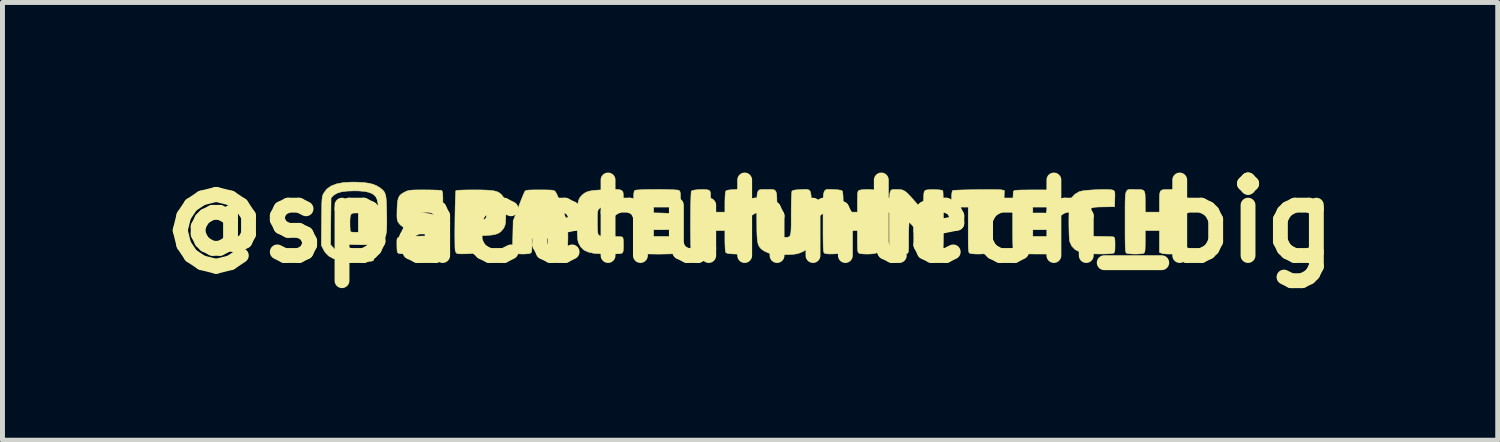
<source format=kicad_pcb>
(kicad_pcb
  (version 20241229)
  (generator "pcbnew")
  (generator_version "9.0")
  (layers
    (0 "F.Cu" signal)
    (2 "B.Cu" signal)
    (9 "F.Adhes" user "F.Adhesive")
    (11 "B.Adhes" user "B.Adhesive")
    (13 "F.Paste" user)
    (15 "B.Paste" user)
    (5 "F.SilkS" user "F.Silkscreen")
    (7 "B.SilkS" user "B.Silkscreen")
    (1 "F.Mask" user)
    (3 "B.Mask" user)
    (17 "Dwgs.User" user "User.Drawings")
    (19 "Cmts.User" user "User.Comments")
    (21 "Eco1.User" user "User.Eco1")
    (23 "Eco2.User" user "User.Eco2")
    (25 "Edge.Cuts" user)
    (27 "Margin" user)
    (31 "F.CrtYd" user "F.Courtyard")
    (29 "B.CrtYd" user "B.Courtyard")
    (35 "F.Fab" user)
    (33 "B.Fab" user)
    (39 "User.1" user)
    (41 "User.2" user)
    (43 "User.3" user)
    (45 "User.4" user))
  (footprint "@spacehuhntech_big"
    (layer "F.Cu")
    (at 12.09 1.418)
    (property "Reference" "@spacehuhntech_big" (at 0 0 0) (layer "F.SilkS") (effects (font (size 1.524 1.524) (thickness 0.3))))
    (attr through_hole)
    (fp_poly (pts (xy 4.947 -0.641) (xy 5.017 -0.639) (xy 5.064 -0.637) (xy 5.076 -0.635) (xy 5.132 -0.625) (xy 5.127 -0.461) (xy 5.122 -0.296) (xy 4.966 -0.291) (xy 4.809 -0.287) (xy 4.809 0.169) (xy 4.809 0.306) (xy 4.808 0.412) (xy 4.807 0.492) (xy 4.805 0.55) (xy 4.802 0.59) (xy 4.797 0.616) (xy 4.79 0.631) (xy 4.782 0.64) (xy 4.776 0.643) (xy 4.742 0.652) (xy 4.684 0.657) (xy 4.615 0.659) (xy 4.544 0.658) (xy 4.482 0.653) (xy 4.44 0.645) (xy 4.432 0.642) (xy 4.423 0.635) (xy 4.416 0.621) (xy 4.411 0.597) (xy 4.408 0.559) (xy 4.405 0.504) (xy 4.404 0.427) (xy 4.403 0.324) (xy 4.403 0.192) (xy 4.403 0.168) (xy 4.403 -0.288) (xy 4.251 -0.288) (xy 4.178 -0.289) (xy 4.131 -0.292) (xy 4.103 -0.299) (xy 4.087 -0.312) (xy 4.08 -0.324) (xy 4.072 -0.357) (xy 4.067 -0.411) (xy 4.067 -0.474) (xy 4.07 -0.537) (xy 4.076 -0.589) (xy 4.085 -0.619) (xy 4.087 -0.621) (xy 4.107 -0.625) (xy 4.155 -0.629) (xy 4.227 -0.632) (xy 4.318 -0.635) (xy 4.421 -0.637) (xy 4.531 -0.639) (xy 4.645 -0.641) (xy 4.755 -0.642) (xy 4.858 -0.642) (xy 4.947 -0.641)) (stroke (width 0.01) (type solid)) (fill yes) (layer "F.SilkS"))
    (fp_poly (pts (xy 1.65 -0.643) (xy 1.696 -0.641) (xy 1.777 -0.636) (xy 1.829 -0.628) (xy 1.857 -0.616) (xy 1.863 -0.61) (xy 1.869 -0.583) (xy 1.875 -0.531) (xy 1.878 -0.46) (xy 1.879 -0.385) (xy 1.88 -0.186) (xy 2.167 -0.186) (xy 2.167 -0.397) (xy 2.168 -0.486) (xy 2.17 -0.547) (xy 2.174 -0.586) (xy 2.181 -0.609) (xy 2.193 -0.621) (xy 2.2 -0.626) (xy 2.237 -0.635) (xy 2.296 -0.641) (xy 2.366 -0.643) (xy 2.437 -0.641) (xy 2.497 -0.635) (xy 2.53 -0.627) (xy 2.574 -0.61) (xy 2.574 0.627) (xy 2.53 0.644) (xy 2.487 0.653) (xy 2.424 0.658) (xy 2.353 0.66) (xy 2.283 0.657) (xy 2.228 0.651) (xy 2.2 0.643) (xy 2.187 0.633) (xy 2.178 0.616) (xy 2.172 0.586) (xy 2.169 0.538) (xy 2.168 0.466) (xy 2.167 0.406) (xy 2.167 0.186) (xy 1.88 0.186) (xy 1.879 0.394) (xy 1.878 0.476) (xy 1.874 0.547) (xy 1.869 0.6) (xy 1.863 0.626) (xy 1.863 0.627) (xy 1.839 0.639) (xy 1.791 0.649) (xy 1.727 0.655) (xy 1.657 0.658) (xy 1.59 0.658) (xy 1.535 0.652) (xy 1.503 0.643) (xy 1.495 0.636) (xy 1.489 0.624) (xy 1.484 0.603) (xy 1.48 0.57) (xy 1.477 0.522) (xy 1.475 0.455) (xy 1.474 0.366) (xy 1.473 0.252) (xy 1.473 0.109) (xy 1.473 0.008) (xy 1.473 -0.159) (xy 1.473 -0.295) (xy 1.474 -0.404) (xy 1.477 -0.488) (xy 1.483 -0.55) (xy 1.494 -0.594) (xy 1.51 -0.623) (xy 1.533 -0.639) (xy 1.563 -0.645) (xy 1.602 -0.646) (xy 1.65 -0.643)) (stroke (width 0.01) (type solid)) (fill yes) (layer "F.SilkS"))
    (fp_poly (pts (xy 7.23 -0.641) (xy 7.292 -0.637) (xy 7.328 -0.629) (xy 7.329 -0.628) (xy 7.347 -0.616) (xy 7.358 -0.599) (xy 7.363 -0.57) (xy 7.364 -0.52) (xy 7.362 -0.452) (xy 7.358 -0.296) (xy 7.129 -0.292) (xy 7.027 -0.29) (xy 6.952 -0.285) (xy 6.9 -0.272) (xy 6.868 -0.248) (xy 6.85 -0.206) (xy 6.843 -0.143) (xy 6.841 -0.053) (xy 6.841 0.018) (xy 6.842 0.116) (xy 6.844 0.185) (xy 6.849 0.232) (xy 6.857 0.261) (xy 6.868 0.278) (xy 6.868 0.278) (xy 6.886 0.29) (xy 6.917 0.298) (xy 6.967 0.302) (xy 7.042 0.304) (xy 7.103 0.305) (xy 7.186 0.306) (xy 7.258 0.308) (xy 7.312 0.311) (xy 7.339 0.315) (xy 7.339 0.315) (xy 7.353 0.327) (xy 7.361 0.353) (xy 7.365 0.4) (xy 7.366 0.475) (xy 7.366 0.475) (xy 7.365 0.549) (xy 7.362 0.596) (xy 7.354 0.623) (xy 7.341 0.638) (xy 7.333 0.643) (xy 7.303 0.649) (xy 7.247 0.654) (xy 7.172 0.657) (xy 7.084 0.658) (xy 6.992 0.657) (xy 6.903 0.654) (xy 6.824 0.649) (xy 6.773 0.644) (xy 6.653 0.616) (xy 6.56 0.569) (xy 6.494 0.501) (xy 6.453 0.412) (xy 6.452 0.41) (xy 6.446 0.369) (xy 6.441 0.302) (xy 6.438 0.214) (xy 6.436 0.113) (xy 6.435 0.005) (xy 6.436 -0.103) (xy 6.438 -0.204) (xy 6.442 -0.291) (xy 6.447 -0.357) (xy 6.453 -0.394) (xy 6.492 -0.478) (xy 6.558 -0.548) (xy 6.64 -0.597) (xy 6.651 -0.601) (xy 6.7 -0.613) (xy 6.771 -0.623) (xy 6.859 -0.631) (xy 6.956 -0.637) (xy 7.055 -0.641) (xy 7.148 -0.643) (xy 7.23 -0.641)) (stroke (width 0.01) (type solid)) (fill yes) (layer "F.SilkS"))
    (fp_poly (pts (xy -2.641 -0.64) (xy -2.599 -0.628) (xy -2.574 -0.607) (xy -2.562 -0.575) (xy -2.559 -0.528) (xy -2.56 -0.465) (xy -2.561 -0.452) (xy -2.565 -0.296) (xy -2.793 -0.292) (xy -2.897 -0.289) (xy -2.973 -0.285) (xy -3.024 -0.273) (xy -3.056 -0.249) (xy -3.074 -0.208) (xy -3.081 -0.146) (xy -3.082 -0.057) (xy -3.082 0.01) (xy -3.081 0.109) (xy -3.079 0.181) (xy -3.074 0.229) (xy -3.067 0.259) (xy -3.057 0.277) (xy -3.055 0.278) (xy -3.037 0.29) (xy -3.006 0.298) (xy -2.956 0.302) (xy -2.881 0.304) (xy -2.82 0.305) (xy -2.737 0.306) (xy -2.665 0.308) (xy -2.611 0.311) (xy -2.584 0.315) (xy -2.584 0.315) (xy -2.57 0.327) (xy -2.562 0.353) (xy -2.558 0.4) (xy -2.557 0.475) (xy -2.557 0.475) (xy -2.558 0.549) (xy -2.561 0.596) (xy -2.569 0.623) (xy -2.582 0.638) (xy -2.59 0.643) (xy -2.62 0.65) (xy -2.677 0.654) (xy -2.753 0.657) (xy -2.842 0.658) (xy -2.935 0.657) (xy -3.027 0.653) (xy -3.109 0.648) (xy -3.161 0.643) (xy -3.271 0.618) (xy -3.356 0.577) (xy -3.419 0.515) (xy -3.462 0.436) (xy -3.471 0.408) (xy -3.478 0.369) (xy -3.483 0.315) (xy -3.486 0.242) (xy -3.487 0.144) (xy -3.488 0.017) (xy -3.488 0.005) (xy -3.487 -0.134) (xy -3.484 -0.243) (xy -3.479 -0.327) (xy -3.469 -0.392) (xy -3.454 -0.442) (xy -3.434 -0.481) (xy -3.406 -0.514) (xy -3.372 -0.546) (xy -3.335 -0.574) (xy -3.293 -0.594) (xy -3.242 -0.61) (xy -3.177 -0.621) (xy -3.09 -0.63) (xy -2.978 -0.636) (xy -2.912 -0.638) (xy -2.793 -0.642) (xy -2.704 -0.644) (xy -2.641 -0.64)) (stroke (width 0.01) (type solid)) (fill yes) (layer "F.SilkS"))
    (fp_poly (pts (xy -5.422 -0.634) (xy -5.309 -0.63) (xy -5.22 -0.623) (xy -5.151 -0.612) (xy -5.098 -0.595) (xy -5.057 -0.572) (xy -5.022 -0.543) (xy -5.005 -0.523) (xy -4.973 -0.478) (xy -4.95 -0.426) (xy -4.936 -0.362) (xy -4.93 -0.279) (xy -4.93 -0.17) (xy -4.93 -0.134) (xy -4.933 -0.044) (xy -4.937 0.02) (xy -4.944 0.065) (xy -4.954 0.098) (xy -4.969 0.128) (xy -4.981 0.147) (xy -5.022 0.198) (xy -5.071 0.235) (xy -5.133 0.26) (xy -5.215 0.276) (xy -5.323 0.284) (xy -5.345 0.285) (xy -5.533 0.291) (xy -5.54 0.458) (xy -5.544 0.53) (xy -5.55 0.59) (xy -5.556 0.629) (xy -5.56 0.638) (xy -5.582 0.644) (xy -5.629 0.649) (xy -5.691 0.653) (xy -5.76 0.655) (xy -5.826 0.656) (xy -5.88 0.654) (xy -5.913 0.65) (xy -5.913 0.65) (xy -5.937 0.628) (xy -5.952 0.587) (xy -5.955 0.555) (xy -5.957 0.495) (xy -5.958 0.412) (xy -5.959 0.312) (xy -5.959 0.199) (xy -5.958 0.078) (xy -5.957 -0.034) (xy -5.556 -0.034) (xy -5.457 -0.034) (xy -5.399 -0.037) (xy -5.355 -0.046) (xy -5.337 -0.054) (xy -5.326 -0.081) (xy -5.319 -0.13) (xy -5.317 -0.173) (xy -5.318 -0.229) (xy -5.325 -0.261) (xy -5.34 -0.279) (xy -5.363 -0.289) (xy -5.41 -0.299) (xy -5.468 -0.302) (xy -5.477 -0.301) (xy -5.546 -0.296) (xy -5.551 -0.165) (xy -5.556 -0.034) (xy -5.957 -0.034) (xy -5.957 -0.046) (xy -5.955 -0.17) (xy -5.953 -0.287) (xy -5.95 -0.394) (xy -5.947 -0.486) (xy -5.944 -0.557) (xy -5.941 -0.604) (xy -5.938 -0.621) (xy -5.917 -0.625) (xy -5.868 -0.629) (xy -5.796 -0.632) (xy -5.705 -0.634) (xy -5.601 -0.635) (xy -5.565 -0.635) (xy -5.422 -0.634)) (stroke (width 0.01) (type solid)) (fill yes) (layer "F.SilkS"))
    (fp_poly (pts (xy 7.732 -0.644) (xy 7.772 -0.643) (xy 7.851 -0.643) (xy 7.907 -0.638) (xy 7.943 -0.623) (xy 7.963 -0.594) (xy 7.973 -0.544) (xy 7.975 -0.47) (xy 7.976 -0.397) (xy 7.976 -0.186) (xy 8.263 -0.186) (xy 8.263 -0.397) (xy 8.264 -0.493) (xy 8.268 -0.56) (xy 8.28 -0.604) (xy 8.304 -0.628) (xy 8.345 -0.64) (xy 8.407 -0.643) (xy 8.467 -0.643) (xy 8.518 -0.644) (xy 8.561 -0.645) (xy 8.594 -0.642) (xy 8.62 -0.632) (xy 8.64 -0.613) (xy 8.653 -0.581) (xy 8.662 -0.533) (xy 8.667 -0.466) (xy 8.67 -0.377) (xy 8.67 -0.263) (xy 8.67 -0.12) (xy 8.67 0.008) (xy 8.67 0.169) (xy 8.669 0.3) (xy 8.669 0.403) (xy 8.667 0.482) (xy 8.665 0.541) (xy 8.662 0.582) (xy 8.658 0.61) (xy 8.653 0.627) (xy 8.646 0.637) (xy 8.637 0.643) (xy 8.637 0.643) (xy 8.601 0.652) (xy 8.542 0.658) (xy 8.471 0.66) (xy 8.401 0.658) (xy 8.34 0.652) (xy 8.307 0.644) (xy 8.263 0.627) (xy 8.263 0.186) (xy 7.976 0.186) (xy 7.976 0.406) (xy 7.975 0.496) (xy 7.973 0.559) (xy 7.969 0.599) (xy 7.963 0.624) (xy 7.952 0.637) (xy 7.943 0.643) (xy 7.908 0.652) (xy 7.851 0.657) (xy 7.781 0.659) (xy 7.71 0.658) (xy 7.648 0.653) (xy 7.606 0.645) (xy 7.599 0.642) (xy 7.591 0.636) (xy 7.585 0.624) (xy 7.58 0.603) (xy 7.576 0.57) (xy 7.573 0.522) (xy 7.571 0.455) (xy 7.57 0.366) (xy 7.569 0.252) (xy 7.569 0.11) (xy 7.569 0.008) (xy 7.569 -0.158) (xy 7.569 -0.294) (xy 7.57 -0.401) (xy 7.573 -0.485) (xy 7.579 -0.547) (xy 7.589 -0.59) (xy 7.604 -0.619) (xy 7.624 -0.636) (xy 7.652 -0.643) (xy 7.688 -0.645) (xy 7.732 -0.644)) (stroke (width 0.01) (type solid)) (fill yes) (layer "F.SilkS"))
    (fp_poly (pts (xy 5.921 -0.635) (xy 6.029 -0.634) (xy 6.11 -0.632) (xy 6.169 -0.629) (xy 6.208 -0.626) (xy 6.233 -0.62) (xy 6.246 -0.613) (xy 6.249 -0.61) (xy 6.257 -0.581) (xy 6.263 -0.529) (xy 6.265 -0.465) (xy 6.265 -0.463) (xy 6.264 -0.401) (xy 6.259 -0.355) (xy 6.245 -0.324) (xy 6.217 -0.305) (xy 6.171 -0.294) (xy 6.102 -0.289) (xy 6.006 -0.288) (xy 5.959 -0.288) (xy 5.707 -0.288) (xy 5.707 -0.169) (xy 5.877 -0.169) (xy 5.97 -0.168) (xy 6.035 -0.163) (xy 6.077 -0.15) (xy 6.1 -0.126) (xy 6.11 -0.086) (xy 6.113 -0.026) (xy 6.113 0) (xy 6.112 0.067) (xy 6.105 0.114) (xy 6.087 0.143) (xy 6.052 0.16) (xy 5.996 0.167) (xy 5.913 0.169) (xy 5.877 0.169) (xy 5.707 0.169) (xy 5.707 0.305) (xy 5.959 0.305) (xy 6.068 0.305) (xy 6.147 0.308) (xy 6.202 0.316) (xy 6.236 0.332) (xy 6.255 0.359) (xy 6.263 0.399) (xy 6.265 0.455) (xy 6.265 0.483) (xy 6.265 0.535) (xy 6.263 0.576) (xy 6.256 0.607) (xy 6.238 0.629) (xy 6.208 0.644) (xy 6.16 0.653) (xy 6.092 0.658) (xy 6 0.66) (xy 5.879 0.659) (xy 5.794 0.659) (xy 5.678 0.658) (xy 5.571 0.657) (xy 5.481 0.655) (xy 5.41 0.653) (xy 5.365 0.65) (xy 5.351 0.648) (xy 5.32 0.628) (xy 5.313 0.62) (xy 5.309 0.598) (xy 5.307 0.547) (xy 5.304 0.471) (xy 5.302 0.376) (xy 5.301 0.266) (xy 5.301 0.146) (xy 5.301 0.021) (xy 5.301 -0.105) (xy 5.302 -0.227) (xy 5.304 -0.34) (xy 5.306 -0.439) (xy 5.309 -0.52) (xy 5.312 -0.578) (xy 5.316 -0.607) (xy 5.317 -0.61) (xy 5.326 -0.617) (xy 5.345 -0.623) (xy 5.378 -0.628) (xy 5.428 -0.631) (xy 5.5 -0.633) (xy 5.596 -0.634) (xy 5.721 -0.635) (xy 5.783 -0.635) (xy 5.921 -0.635)) (stroke (width 0.01) (type solid)) (fill yes) (layer "F.SilkS"))
    (fp_poly (pts (xy -0.185 -0.645) (xy -0.156 -0.636) (xy -0.135 -0.618) (xy -0.12 -0.587) (xy -0.11 -0.539) (xy -0.104 -0.473) (xy -0.102 -0.384) (xy -0.101 -0.27) (xy -0.101 -0.128) (xy -0.102 0.008) (xy -0.101 0.176) (xy -0.101 0.312) (xy -0.102 0.421) (xy -0.105 0.505) (xy -0.112 0.567) (xy -0.123 0.611) (xy -0.139 0.64) (xy -0.161 0.656) (xy -0.191 0.662) (xy -0.23 0.663) (xy -0.278 0.66) (xy -0.324 0.658) (xy -0.405 0.653) (xy -0.457 0.645) (xy -0.485 0.633) (xy -0.491 0.627) (xy -0.498 0.6) (xy -0.503 0.548) (xy -0.506 0.477) (xy -0.508 0.395) (xy -0.508 0.394) (xy -0.508 0.186) (xy -0.796 0.186) (xy -0.796 0.406) (xy -0.796 0.496) (xy -0.798 0.559) (xy -0.802 0.599) (xy -0.809 0.624) (xy -0.82 0.637) (xy -0.829 0.643) (xy -0.86 0.651) (xy -0.915 0.656) (xy -0.982 0.659) (xy -1.051 0.658) (xy -1.11 0.655) (xy -1.149 0.649) (xy -1.151 0.648) (xy -1.182 0.628) (xy -1.189 0.62) (xy -1.193 0.598) (xy -1.196 0.547) (xy -1.198 0.471) (xy -1.2 0.376) (xy -1.201 0.266) (xy -1.202 0.146) (xy -1.202 0.021) (xy -1.201 -0.105) (xy -1.2 -0.227) (xy -1.198 -0.34) (xy -1.196 -0.439) (xy -1.193 -0.52) (xy -1.19 -0.578) (xy -1.187 -0.607) (xy -1.186 -0.61) (xy -1.161 -0.623) (xy -1.112 -0.633) (xy -1.048 -0.64) (xy -0.979 -0.643) (xy -0.912 -0.642) (xy -0.859 -0.636) (xy -0.832 -0.628) (xy -0.817 -0.617) (xy -0.807 -0.602) (xy -0.8 -0.575) (xy -0.797 -0.53) (xy -0.796 -0.461) (xy -0.796 -0.397) (xy -0.796 -0.186) (xy -0.508 -0.186) (xy -0.508 -0.385) (xy -0.506 -0.466) (xy -0.503 -0.535) (xy -0.497 -0.586) (xy -0.491 -0.61) (xy -0.472 -0.623) (xy -0.431 -0.633) (xy -0.364 -0.639) (xy -0.324 -0.641) (xy -0.268 -0.644) (xy -0.222 -0.646) (xy -0.185 -0.645)) (stroke (width 0.01) (type solid)) (fill yes) (layer "F.SilkS"))
    (fp_poly (pts (xy -1.747 -0.643) (xy -1.647 -0.641) (xy -1.56 -0.638) (xy -1.492 -0.634) (xy -1.449 -0.629) (xy -1.438 -0.626) (xy -1.422 -0.613) (xy -1.412 -0.591) (xy -1.407 -0.551) (xy -1.406 -0.487) (xy -1.405 -0.466) (xy -1.406 -0.394) (xy -1.41 -0.349) (xy -1.419 -0.323) (xy -1.433 -0.308) (xy -1.438 -0.305) (xy -1.467 -0.299) (xy -1.522 -0.294) (xy -1.597 -0.29) (xy -1.684 -0.288) (xy -1.709 -0.288) (xy -1.947 -0.288) (xy -1.947 -0.172) (xy -1.76 -0.167) (xy -1.672 -0.163) (xy -1.613 -0.157) (xy -1.576 -0.149) (xy -1.559 -0.137) (xy -1.557 -0.135) (xy -1.549 -0.106) (xy -1.543 -0.055) (xy -1.541 0.003) (xy -1.543 0.07) (xy -1.551 0.116) (xy -1.572 0.145) (xy -1.611 0.161) (xy -1.672 0.168) (xy -1.761 0.169) (xy -1.771 0.169) (xy -1.947 0.169) (xy -1.947 0.305) (xy -1.709 0.305) (xy -1.62 0.306) (xy -1.541 0.309) (xy -1.479 0.314) (xy -1.443 0.321) (xy -1.438 0.322) (xy -1.422 0.335) (xy -1.412 0.358) (xy -1.407 0.397) (xy -1.406 0.461) (xy -1.405 0.483) (xy -1.406 0.554) (xy -1.41 0.599) (xy -1.419 0.625) (xy -1.433 0.64) (xy -1.438 0.643) (xy -1.465 0.648) (xy -1.52 0.653) (xy -1.597 0.656) (xy -1.691 0.658) (xy -1.795 0.66) (xy -1.903 0.66) (xy -2.01 0.659) (xy -2.111 0.657) (xy -2.198 0.654) (xy -2.267 0.651) (xy -2.311 0.646) (xy -2.324 0.642) (xy -2.332 0.636) (xy -2.338 0.624) (xy -2.343 0.603) (xy -2.347 0.57) (xy -2.35 0.522) (xy -2.352 0.455) (xy -2.353 0.366) (xy -2.353 0.252) (xy -2.354 0.11) (xy -2.354 0.008) (xy -2.354 -0.153) (xy -2.353 -0.283) (xy -2.353 -0.386) (xy -2.351 -0.465) (xy -2.349 -0.524) (xy -2.346 -0.566) (xy -2.342 -0.593) (xy -2.337 -0.61) (xy -2.33 -0.62) (xy -2.321 -0.626) (xy -2.321 -0.626) (xy -2.294 -0.632) (xy -2.238 -0.636) (xy -2.161 -0.64) (xy -2.067 -0.642) (xy -1.963 -0.643) (xy -1.854 -0.644) (xy -1.747 -0.643)) (stroke (width 0.01) (type solid)) (fill yes) (layer "F.SilkS"))
    (fp_poly (pts (xy 1.162 -0.642) (xy 1.191 -0.631) (xy 1.211 -0.608) (xy 1.224 -0.571) (xy 1.232 -0.515) (xy 1.235 -0.437) (xy 1.236 -0.335) (xy 1.236 -0.204) (xy 1.236 -0.105) (xy 1.235 0.059) (xy 1.233 0.193) (xy 1.229 0.301) (xy 1.221 0.386) (xy 1.209 0.452) (xy 1.191 0.502) (xy 1.167 0.54) (xy 1.134 0.57) (xy 1.093 0.596) (xy 1.042 0.62) (xy 1.024 0.629) (xy 0.98 0.645) (xy 0.933 0.657) (xy 0.874 0.664) (xy 0.795 0.669) (xy 0.728 0.671) (xy 0.639 0.672) (xy 0.556 0.67) (xy 0.488 0.666) (xy 0.446 0.661) (xy 0.368 0.637) (xy 0.293 0.603) (xy 0.234 0.564) (xy 0.217 0.547) (xy 0.194 0.521) (xy 0.177 0.493) (xy 0.163 0.459) (xy 0.153 0.416) (xy 0.145 0.36) (xy 0.14 0.286) (xy 0.137 0.191) (xy 0.136 0.071) (xy 0.135 -0.078) (xy 0.135 -0.109) (xy 0.135 -0.258) (xy 0.135 -0.376) (xy 0.137 -0.468) (xy 0.142 -0.536) (xy 0.151 -0.584) (xy 0.165 -0.615) (xy 0.187 -0.634) (xy 0.217 -0.642) (xy 0.256 -0.644) (xy 0.306 -0.644) (xy 0.339 -0.643) (xy 0.399 -0.644) (xy 0.446 -0.643) (xy 0.482 -0.637) (xy 0.507 -0.622) (xy 0.524 -0.595) (xy 0.535 -0.551) (xy 0.54 -0.487) (xy 0.542 -0.4) (xy 0.542 -0.285) (xy 0.542 -0.181) (xy 0.542 -0.038) (xy 0.543 0.076) (xy 0.546 0.162) (xy 0.552 0.226) (xy 0.563 0.269) (xy 0.577 0.297) (xy 0.598 0.313) (xy 0.626 0.32) (xy 0.662 0.322) (xy 0.679 0.322) (xy 0.724 0.322) (xy 0.758 0.32) (xy 0.784 0.313) (xy 0.803 0.296) (xy 0.816 0.266) (xy 0.824 0.219) (xy 0.828 0.151) (xy 0.83 0.06) (xy 0.83 -0.06) (xy 0.83 -0.149) (xy 0.831 -0.271) (xy 0.832 -0.382) (xy 0.835 -0.475) (xy 0.839 -0.548) (xy 0.843 -0.594) (xy 0.846 -0.61) (xy 0.866 -0.623) (xy 0.906 -0.633) (xy 0.974 -0.639) (xy 1.013 -0.641) (xy 1.075 -0.644) (xy 1.124 -0.646) (xy 1.162 -0.642)) (stroke (width 0.01) (type solid)) (fill yes) (layer "F.SilkS"))
    (fp_poly (pts (xy -4.139 -0.635) (xy -4.063 -0.633) (xy -4.011 -0.631) (xy -3.976 -0.626) (xy -3.953 -0.618) (xy -3.938 -0.607) (xy -3.932 -0.601) (xy -3.911 -0.569) (xy -3.884 -0.511) (xy -3.851 -0.433) (xy -3.816 -0.343) (xy -3.782 -0.246) (xy -3.749 -0.149) (xy -3.721 -0.059) (xy -3.7 0.018) (xy -3.688 0.075) (xy -3.688 0.075) (xy -3.683 0.134) (xy -3.679 0.211) (xy -3.677 0.297) (xy -3.678 0.387) (xy -3.68 0.472) (xy -3.683 0.546) (xy -3.688 0.603) (xy -3.695 0.634) (xy -3.697 0.638) (xy -3.722 0.647) (xy -3.772 0.653) (xy -3.836 0.657) (xy -3.905 0.658) (xy -3.97 0.656) (xy -4.021 0.651) (xy -4.045 0.644) (xy -4.063 0.632) (xy -4.073 0.611) (xy -4.079 0.576) (xy -4.081 0.518) (xy -4.081 0.482) (xy -4.081 0.339) (xy -4.403 0.339) (xy -4.403 0.482) (xy -4.404 0.554) (xy -4.408 0.599) (xy -4.416 0.625) (xy -4.43 0.64) (xy -4.435 0.643) (xy -4.471 0.652) (xy -4.53 0.657) (xy -4.599 0.659) (xy -4.669 0.656) (xy -4.727 0.65) (xy -4.756 0.642) (xy -4.796 0.626) (xy -4.789 0.309) (xy -4.782 -0.004) (xy -4.368 -0.004) (xy -4.357 0.008) (xy -4.319 0.014) (xy -4.251 0.017) (xy -4.242 0.017) (xy -4.17 0.015) (xy -4.129 0.008) (xy -4.115 -0.003) (xy -4.115 -0.004) (xy -4.12 -0.029) (xy -4.133 -0.077) (xy -4.153 -0.139) (xy -4.159 -0.158) (xy -4.181 -0.223) (xy -4.198 -0.262) (xy -4.214 -0.28) (xy -4.232 -0.286) (xy -4.246 -0.285) (xy -4.27 -0.278) (xy -4.288 -0.261) (xy -4.305 -0.226) (xy -4.325 -0.166) (xy -4.329 -0.152) (xy -4.348 -0.089) (xy -4.362 -0.038) (xy -4.368 -0.007) (xy -4.368 -0.004) (xy -4.782 -0.004) (xy -4.782 -0.008) (xy -4.674 -0.292) (xy -4.638 -0.386) (xy -4.605 -0.47) (xy -4.577 -0.538) (xy -4.556 -0.586) (xy -4.545 -0.606) (xy -4.534 -0.617) (xy -4.515 -0.624) (xy -4.482 -0.63) (xy -4.432 -0.633) (xy -4.358 -0.635) (xy -4.256 -0.635) (xy -4.244 -0.635) (xy -4.139 -0.635)) (stroke (width 0.01) (type solid)) (fill yes) (layer "F.SilkS"))
    (fp_poly (pts (xy 2.933 -0.644) (xy 2.952 -0.643) (xy 3.011 -0.642) (xy 3.059 -0.637) (xy 3.1 -0.623) (xy 3.14 -0.598) (xy 3.186 -0.558) (xy 3.241 -0.499) (xy 3.313 -0.418) (xy 3.316 -0.415) (xy 3.497 -0.208) (xy 3.501 -0.408) (xy 3.504 -0.494) (xy 3.507 -0.553) (xy 3.513 -0.59) (xy 3.522 -0.611) (xy 3.535 -0.624) (xy 3.541 -0.628) (xy 3.573 -0.635) (xy 3.627 -0.64) (xy 3.693 -0.641) (xy 3.762 -0.639) (xy 3.824 -0.635) (xy 3.87 -0.628) (xy 3.889 -0.621) (xy 3.893 -0.601) (xy 3.896 -0.552) (xy 3.898 -0.478) (xy 3.9 -0.384) (xy 3.901 -0.275) (xy 3.902 -0.156) (xy 3.903 -0.03) (xy 3.903 0.097) (xy 3.902 0.221) (xy 3.901 0.337) (xy 3.899 0.441) (xy 3.897 0.527) (xy 3.894 0.591) (xy 3.891 0.63) (xy 3.889 0.638) (xy 3.864 0.647) (xy 3.814 0.653) (xy 3.75 0.657) (xy 3.681 0.658) (xy 3.616 0.656) (xy 3.565 0.651) (xy 3.541 0.644) (xy 3.523 0.631) (xy 3.512 0.609) (xy 3.507 0.57) (xy 3.505 0.508) (xy 3.505 0.496) (xy 3.505 0.368) (xy 3.365 0.193) (xy 3.313 0.128) (xy 3.267 0.074) (xy 3.233 0.036) (xy 3.215 0.018) (xy 3.213 0.018) (xy 3.209 0.034) (xy 3.206 0.078) (xy 3.203 0.146) (xy 3.201 0.231) (xy 3.2 0.328) (xy 3.2 0.438) (xy 3.2 0.518) (xy 3.198 0.574) (xy 3.194 0.611) (xy 3.188 0.632) (xy 3.18 0.643) (xy 3.168 0.648) (xy 3.162 0.65) (xy 3.118 0.656) (xy 3.056 0.659) (xy 2.987 0.659) (xy 2.92 0.656) (xy 2.867 0.65) (xy 2.841 0.642) (xy 2.833 0.636) (xy 2.827 0.624) (xy 2.822 0.603) (xy 2.818 0.57) (xy 2.815 0.522) (xy 2.813 0.455) (xy 2.812 0.366) (xy 2.811 0.252) (xy 2.811 0.11) (xy 2.811 0.008) (xy 2.811 -0.158) (xy 2.811 -0.293) (xy 2.812 -0.401) (xy 2.814 -0.484) (xy 2.819 -0.545) (xy 2.827 -0.589) (xy 2.838 -0.618) (xy 2.854 -0.634) (xy 2.875 -0.642) (xy 2.901 -0.644) (xy 2.933 -0.644)) (stroke (width 0.01) (type solid)) (fill yes) (layer "F.SilkS"))
    (fp_poly (pts (xy -6.457 -0.634) (xy -6.367 -0.632) (xy -6.294 -0.629) (xy -6.243 -0.626) (xy -6.221 -0.621) (xy -6.221 -0.621) (xy -6.211 -0.595) (xy -6.204 -0.546) (xy -6.201 -0.484) (xy -6.201 -0.42) (xy -6.204 -0.364) (xy -6.212 -0.327) (xy -6.213 -0.324) (xy -6.223 -0.31) (xy -6.238 -0.3) (xy -6.264 -0.294) (xy -6.307 -0.289) (xy -6.373 -0.286) (xy -6.466 -0.284) (xy -6.473 -0.284) (xy -6.568 -0.282) (xy -6.635 -0.279) (xy -6.678 -0.275) (xy -6.703 -0.269) (xy -6.715 -0.259) (xy -6.72 -0.248) (xy -6.718 -0.215) (xy -6.711 -0.202) (xy -6.69 -0.194) (xy -6.642 -0.183) (xy -6.576 -0.171) (xy -6.524 -0.162) (xy -6.399 -0.139) (xy -6.305 -0.109) (xy -6.235 -0.071) (xy -6.187 -0.024) (xy -6.179 -0.012) (xy -6.165 0.015) (xy -6.156 0.045) (xy -6.151 0.085) (xy -6.149 0.143) (xy -6.15 0.226) (xy -6.15 0.254) (xy -6.155 0.362) (xy -6.165 0.442) (xy -6.182 0.501) (xy -6.211 0.545) (xy -6.253 0.58) (xy -6.312 0.612) (xy -6.342 0.625) (xy -6.372 0.636) (xy -6.408 0.643) (xy -6.456 0.648) (xy -6.52 0.652) (xy -6.607 0.654) (xy -6.722 0.656) (xy -6.731 0.656) (xy -6.869 0.657) (xy -6.975 0.656) (xy -7.05 0.652) (xy -7.092 0.646) (xy -7.099 0.643) (xy -7.114 0.629) (xy -7.123 0.603) (xy -7.127 0.558) (xy -7.129 0.487) (xy -7.129 0.474) (xy -7.129 0.415) (xy -7.128 0.372) (xy -7.119 0.342) (xy -7.1 0.322) (xy -7.066 0.311) (xy -7.011 0.305) (xy -6.932 0.302) (xy -6.825 0.301) (xy -6.807 0.3) (xy -6.562 0.296) (xy -6.562 0.254) (xy -6.563 0.235) (xy -6.572 0.222) (xy -6.594 0.211) (xy -6.634 0.201) (xy -6.699 0.189) (xy -6.748 0.181) (xy -6.861 0.16) (xy -6.947 0.137) (xy -7.01 0.109) (xy -7.057 0.074) (xy -7.092 0.032) (xy -7.108 0.006) (xy -7.119 -0.021) (xy -7.125 -0.055) (xy -7.128 -0.103) (xy -7.127 -0.174) (xy -7.126 -0.237) (xy -7.121 -0.345) (xy -7.111 -0.425) (xy -7.093 -0.484) (xy -7.065 -0.528) (xy -7.022 -0.563) (xy -6.964 -0.595) (xy -6.934 -0.609) (xy -6.905 -0.619) (xy -6.87 -0.626) (xy -6.825 -0.631) (xy -6.763 -0.634) (xy -6.68 -0.635) (xy -6.568 -0.635) (xy -6.559 -0.635) (xy -6.457 -0.634)) (stroke (width 0.01) (type solid)) (fill yes) (layer "F.SilkS"))
    (fp_poly (pts (xy -7.933 -0.791) (xy -7.799 -0.783) (xy -7.692 -0.769) (xy -7.606 -0.747) (xy -7.533 -0.716) (xy -7.471 -0.678) (xy -7.43 -0.646) (xy -7.399 -0.616) (xy -7.376 -0.581) (xy -7.359 -0.537) (xy -7.348 -0.479) (xy -7.342 -0.401) (xy -7.338 -0.3) (xy -7.335 -0.178) (xy -7.333 -0.039) (xy -7.333 0.071) (xy -7.336 0.156) (xy -7.341 0.22) (xy -7.35 0.269) (xy -7.364 0.307) (xy -7.382 0.338) (xy -7.403 0.365) (xy -7.442 0.403) (xy -7.489 0.431) (xy -7.547 0.451) (xy -7.622 0.464) (xy -7.719 0.471) (xy -7.842 0.472) (xy -7.921 0.471) (xy -8.057 0.467) (xy -8.162 0.459) (xy -8.241 0.442) (xy -8.297 0.415) (xy -8.335 0.372) (xy -8.358 0.31) (xy -8.369 0.226) (xy -8.373 0.117) (xy -8.374 0.042) (xy -8.373 0.032) (xy -8.077 0.032) (xy -8.076 0.104) (xy -8.073 0.162) (xy -8.069 0.2) (xy -8.066 0.209) (xy -8.043 0.216) (xy -8 0.22) (xy -7.981 0.22) (xy -7.908 0.22) (xy -7.908 -0.169) (xy -7.96 -0.169) (xy -8.01 -0.167) (xy -8.043 -0.155) (xy -8.063 -0.128) (xy -8.073 -0.082) (xy -8.077 -0.009) (xy -8.077 0.032) (xy -8.373 0.032) (xy -8.372 -0.072) (xy -8.368 -0.157) (xy -8.359 -0.221) (xy -8.345 -0.267) (xy -8.322 -0.303) (xy -8.291 -0.333) (xy -8.275 -0.346) (xy -8.255 -0.358) (xy -8.232 -0.368) (xy -8.199 -0.375) (xy -8.152 -0.379) (xy -8.085 -0.383) (xy -7.993 -0.385) (xy -7.924 -0.386) (xy -7.62 -0.392) (xy -7.62 -0.06) (xy -7.62 0.062) (xy -7.618 0.153) (xy -7.614 0.216) (xy -7.607 0.255) (xy -7.596 0.272) (xy -7.58 0.271) (xy -7.56 0.254) (xy -7.544 0.237) (xy -7.53 0.217) (xy -7.521 0.186) (xy -7.514 0.14) (xy -7.509 0.071) (xy -7.505 -0.015) (xy -7.502 -0.163) (xy -7.504 -0.281) (xy -7.513 -0.373) (xy -7.529 -0.442) (xy -7.551 -0.491) (xy -7.563 -0.507) (xy -7.613 -0.551) (xy -7.682 -0.583) (xy -7.774 -0.604) (xy -7.892 -0.614) (xy -7.984 -0.616) (xy -8.131 -0.611) (xy -8.248 -0.596) (xy -8.337 -0.569) (xy -8.401 -0.53) (xy -8.417 -0.516) (xy -8.458 -0.471) (xy -8.468 0.47) (xy -8.425 0.521) (xy -8.39 0.556) (xy -8.348 0.582) (xy -8.293 0.603) (xy -8.221 0.618) (xy -8.128 0.628) (xy -8.008 0.635) (xy -7.916 0.639) (xy -7.795 0.644) (xy -7.701 0.649) (xy -7.636 0.656) (xy -7.603 0.664) (xy -7.599 0.667) (xy -7.588 0.706) (xy -7.59 0.753) (xy -7.604 0.79) (xy -7.606 0.792) (xy -7.632 0.801) (xy -7.684 0.807) (xy -7.758 0.81) (xy -7.846 0.812) (xy -7.942 0.812) (xy -8.04 0.809) (xy -8.133 0.804) (xy -8.216 0.798) (xy -8.28 0.79) (xy -8.296 0.786) (xy -8.415 0.75) (xy -8.507 0.698) (xy -8.576 0.627) (xy -8.607 0.576) (xy -8.654 0.483) (xy -8.649 -0.008) (xy -8.648 -0.15) (xy -8.646 -0.262) (xy -8.645 -0.349) (xy -8.642 -0.414) (xy -8.638 -0.463) (xy -8.633 -0.498) (xy -8.626 -0.525) (xy -8.617 -0.547) (xy -8.606 -0.569) (xy -8.602 -0.575) (xy -8.542 -0.653) (xy -8.458 -0.713) (xy -8.348 -0.756) (xy -8.212 -0.782) (xy -8.047 -0.792) (xy -7.933 -0.791)) (stroke (width 0.01) (type solid)) (fill yes) (layer "F.SilkS")))
  (gr_rect
    (start -3 -3)
    (end 27.181 5.836)
    (stroke (width 0.1) (type default))
    (fill no)
    (layer "Edge.Cuts")))
</source>
